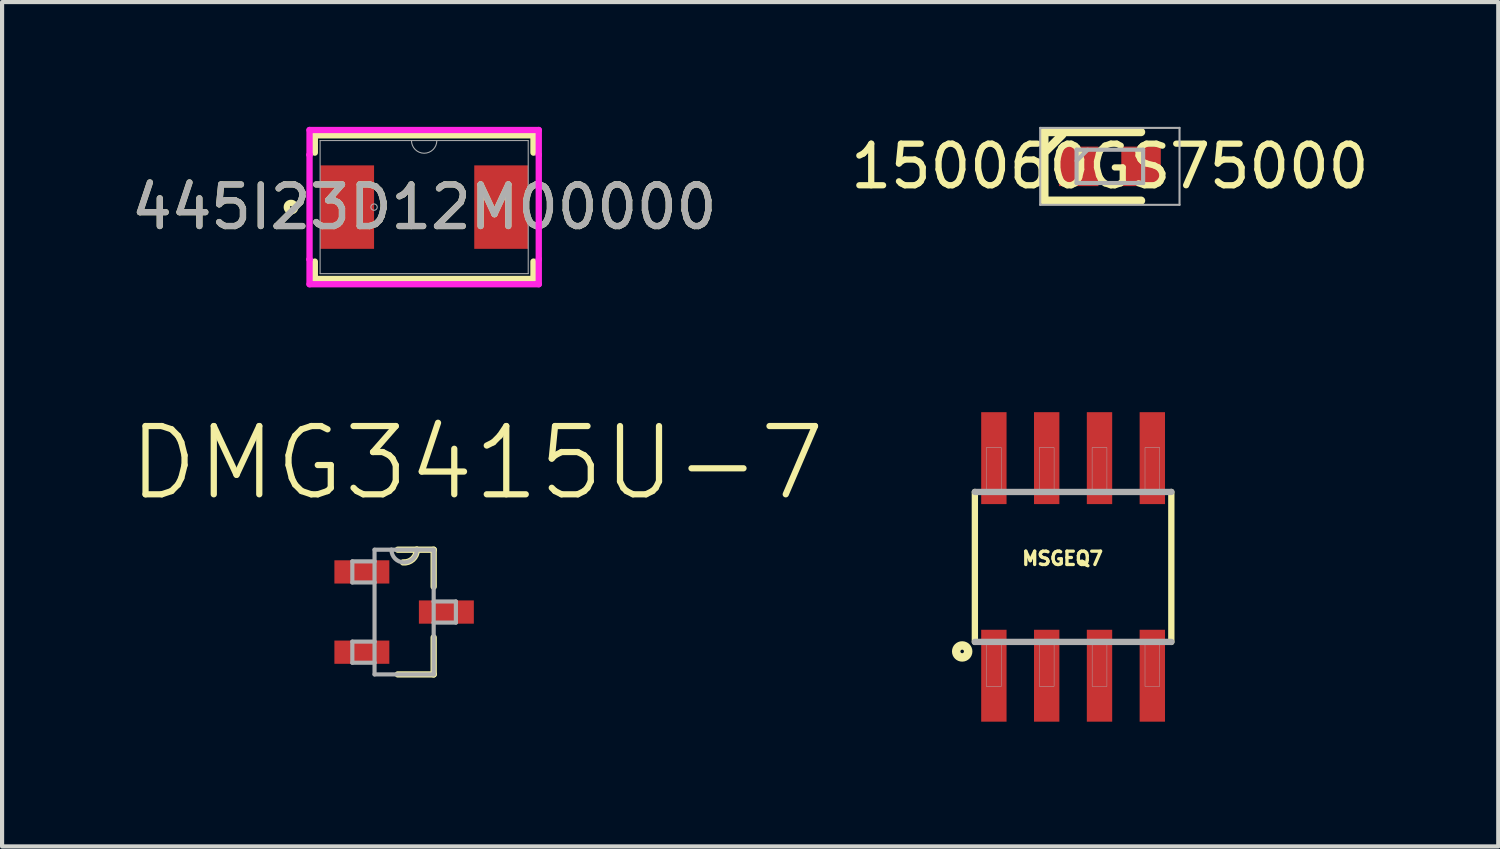
<source format=kicad_pcb>
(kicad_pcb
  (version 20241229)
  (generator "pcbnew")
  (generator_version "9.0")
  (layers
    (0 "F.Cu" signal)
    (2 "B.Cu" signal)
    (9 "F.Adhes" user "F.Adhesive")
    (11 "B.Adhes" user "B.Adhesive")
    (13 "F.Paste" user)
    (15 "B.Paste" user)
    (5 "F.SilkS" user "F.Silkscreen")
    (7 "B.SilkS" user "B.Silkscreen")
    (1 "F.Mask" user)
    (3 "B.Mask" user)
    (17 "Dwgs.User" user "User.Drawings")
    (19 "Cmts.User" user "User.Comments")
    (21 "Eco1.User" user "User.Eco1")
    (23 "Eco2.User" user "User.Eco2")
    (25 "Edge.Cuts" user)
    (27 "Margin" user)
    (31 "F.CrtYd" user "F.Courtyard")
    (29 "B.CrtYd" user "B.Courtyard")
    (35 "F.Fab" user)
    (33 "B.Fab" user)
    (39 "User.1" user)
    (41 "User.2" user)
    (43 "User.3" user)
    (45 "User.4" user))
  (footprint "DMG3415U-7"
    (layer "F.Cu")
    (at 6.667 11.667)
    (property "Reference" "DMG3415U-7" (at 1.753 -3.583 0) (layer "F.SilkS") (effects (font (size 1.641 1.641) (thickness 0.15))))
    (attr smd)
    (fp_line (start -0.152 1.499) (end 0.711 1.499) (stroke (width 0.152) (type solid)) (layer "F.SilkS"))
    (fp_line (start 0.305 -1.499) (end -0.152 -1.499) (stroke (width 0.152) (type solid)) (layer "F.SilkS"))
    (fp_line (start 0.711 -1.499) (end 0.305 -1.499) (stroke (width 0.152) (type solid)) (layer "F.SilkS"))
    (fp_line (start 0.711 -0.61) (end 0.711 -1.499) (stroke (width 0.152) (type solid)) (layer "F.SilkS"))
    (fp_line (start 0.711 1.499) (end 0.711 0.61) (stroke (width 0.152) (type solid)) (layer "F.SilkS"))
    (fp_arc (start 0.3048 -1.4986) (mid 0.206758 -1.273554) (end -0.0254 -1.1938) (stroke (width 0.1524) (type solid)) (layer "F.SilkS"))
    (fp_line (start -1.245 -1.219) (end -1.245 -0.711) (stroke (width 0.1) (type solid)) (layer "F.Fab"))
    (fp_line (start -1.245 -0.711) (end -0.711 -0.711) (stroke (width 0.1) (type solid)) (layer "F.Fab"))
    (fp_line (start -1.245 0.711) (end -1.245 1.219) (stroke (width 0.1) (type solid)) (layer "F.Fab"))
    (fp_line (start -1.245 1.219) (end -0.711 1.219) (stroke (width 0.1) (type solid)) (layer "F.Fab"))
    (fp_line (start -0.711 -1.499) (end -0.711 -1.219) (stroke (width 0.1) (type solid)) (layer "F.Fab"))
    (fp_line (start -0.711 -1.219) (end -1.245 -1.219) (stroke (width 0.1) (type solid)) (layer "F.Fab"))
    (fp_line (start -0.711 -1.219) (end -0.711 -0.711) (stroke (width 0.1) (type solid)) (layer "F.Fab"))
    (fp_line (start -0.711 -0.711) (end -0.711 0.711) (stroke (width 0.1) (type solid)) (layer "F.Fab"))
    (fp_line (start -0.711 0.711) (end -1.245 0.711) (stroke (width 0.1) (type solid)) (layer "F.Fab"))
    (fp_line (start -0.711 1.219) (end -0.711 0.711) (stroke (width 0.1) (type solid)) (layer "F.Fab"))
    (fp_line (start -0.711 1.499) (end -0.711 1.219) (stroke (width 0.1) (type solid)) (layer "F.Fab"))
    (fp_line (start -0.711 1.499) (end 0.711 1.499) (stroke (width 0.1) (type solid)) (layer "F.Fab"))
    (fp_line (start -0.305 -1.499) (end -0.711 -1.499) (stroke (width 0.1) (type solid)) (layer "F.Fab"))
    (fp_line (start 0.305 -1.499) (end -0.305 -1.499) (stroke (width 0.1) (type solid)) (layer "F.Fab"))
    (fp_line (start 0.711 -1.499) (end 0.305 -1.499) (stroke (width 0.1) (type solid)) (layer "F.Fab"))
    (fp_line (start 0.711 -0.254) (end 0.711 -1.499) (stroke (width 0.1) (type solid)) (layer "F.Fab"))
    (fp_line (start 0.711 0.254) (end 0.711 -0.254) (stroke (width 0.1) (type solid)) (layer "F.Fab"))
    (fp_line (start 0.711 0.254) (end 1.245 0.254) (stroke (width 0.1) (type solid)) (layer "F.Fab"))
    (fp_line (start 0.711 1.499) (end 0.711 0.254) (stroke (width 0.1) (type solid)) (layer "F.Fab"))
    (fp_line (start 1.245 -0.254) (end 0.711 -0.254) (stroke (width 0.1) (type solid)) (layer "F.Fab"))
    (fp_line (start 1.245 0.254) (end 1.245 -0.254) (stroke (width 0.1) (type solid)) (layer "F.Fab"))
    (fp_arc (start 0.3048 -1.4986) (mid 0 -1.1938) (end -0.3048 -1.4986) (stroke (width 0.1) (type solid)) (layer "F.Fab"))
    (pad "1" smd rect (at -1.016 -0.965) (size 1.321 0.559) (layers "F.Cu" "F.Mask" "F.Paste"))
    (pad "2" smd rect (at -1.016 0.965) (size 1.321 0.559) (layers "F.Cu" "F.Mask" "F.Paste"))
    (pad "3" smd rect (at 1.016 0) (size 1.321 0.559) (layers "F.Cu" "F.Mask" "F.Paste")))
  (footprint "445I23D12M00000"
    (layer "F.Cu")
    (at 7.149 1.93)
    (property "Reference" "445I23D12M00000" (at 0 0 0) (unlocked yes) (layer "F.SilkS") (effects (font (size 1 1) (thickness 0.15))))
    (attr smd)
    (fp_line (start -2.629 -1.727) (end -2.629 -1.31) (stroke (width 0.152) (type solid)) (layer "F.SilkS"))
    (fp_line (start -2.629 1.31) (end -2.629 1.727) (stroke (width 0.152) (type solid)) (layer "F.SilkS"))
    (fp_line (start -2.629 1.727) (end 2.629 1.727) (stroke (width 0.152) (type solid)) (layer "F.SilkS"))
    (fp_line (start 2.629 -1.727) (end -2.629 -1.727) (stroke (width 0.152) (type solid)) (layer "F.SilkS"))
    (fp_line (start 2.629 -1.31) (end 2.629 -1.727) (stroke (width 0.152) (type solid)) (layer "F.SilkS"))
    (fp_line (start 2.629 1.727) (end 2.629 1.31) (stroke (width 0.152) (type solid)) (layer "F.SilkS"))
    (fp_circle (center -3.201 0) (end -3.099 0) (stroke (width 0.152) (type solid)) (fill no) (layer "F.SilkS"))
    (fp_line (start -2.756 -1.854) (end 2.756 -1.854) (stroke (width 0.152) (type solid)) (layer "F.CrtYd"))
    (fp_line (start -2.756 -1.257) (end -2.756 -1.854) (stroke (width 0.152) (type solid)) (layer "F.CrtYd"))
    (fp_line (start -2.756 -1.257) (end -2.756 -1.257) (stroke (width 0.152) (type solid)) (layer "F.CrtYd"))
    (fp_line (start -2.756 1.257) (end -2.756 -1.257) (stroke (width 0.152) (type solid)) (layer "F.CrtYd"))
    (fp_line (start -2.756 1.257) (end -2.756 1.257) (stroke (width 0.152) (type solid)) (layer "F.CrtYd"))
    (fp_line (start -2.756 1.854) (end -2.756 1.257) (stroke (width 0.152) (type solid)) (layer "F.CrtYd"))
    (fp_line (start 2.756 -1.854) (end 2.756 -1.257) (stroke (width 0.152) (type solid)) (layer "F.CrtYd"))
    (fp_line (start 2.756 -1.257) (end 2.756 -1.257) (stroke (width 0.152) (type solid)) (layer "F.CrtYd"))
    (fp_line (start 2.756 -1.257) (end 2.756 1.257) (stroke (width 0.152) (type solid)) (layer "F.CrtYd"))
    (fp_line (start 2.756 1.257) (end 2.756 1.257) (stroke (width 0.152) (type solid)) (layer "F.CrtYd"))
    (fp_line (start 2.756 1.257) (end 2.756 1.854) (stroke (width 0.152) (type solid)) (layer "F.CrtYd"))
    (fp_line (start 2.756 1.854) (end -2.756 1.854) (stroke (width 0.152) (type solid)) (layer "F.CrtYd"))
    (fp_line (start -2.502 -1.6) (end -2.502 1.6) (stroke (width 0.025) (type solid)) (layer "F.Fab"))
    (fp_line (start -2.502 1.6) (end 2.502 1.6) (stroke (width 0.025) (type solid)) (layer "F.Fab"))
    (fp_line (start 2.502 -1.6) (end -2.502 -1.6) (stroke (width 0.025) (type solid)) (layer "F.Fab"))
    (fp_line (start 2.502 1.6) (end 2.502 -1.6) (stroke (width 0.025) (type solid)) (layer "F.Fab"))
    (fp_arc (start 0.3048 -1.6002) (mid 0 -1.2954) (end -0.3048 -1.6002) (stroke (width 0.0254) (type solid)) (layer "F.Fab"))
    (fp_circle (center -1.205 0) (end -1.128 0) (stroke (width 0.025) (type solid)) (fill no) (layer "F.Fab"))
    (fp_text user "${REFERENCE}" (at 0 0 0) (unlocked yes) (layer "F.Fab") (effects (font (size 1 1) (thickness 0.15))))
    (pad "1" smd rect (at -1.852 0) (size 1.295 2.007) (layers "F.Cu" "F.Mask" "F.Paste"))
    (pad "2" smd rect (at 1.852 0) (size 1.295 2.007) (layers "F.Cu" "F.Mask" "F.Paste")))
  (footprint "150060GS75000"
    (layer "F.Cu")
    (at 23.637 0.95)
    (property "Reference" "150060GS75000" (at 0 0 0) (layer "F.SilkS") (effects (font (size 1 1) (thickness 0.15))))
    (attr smd)
    (fp_line (start -1.575 -0.825) (end -1.575 0.825) (stroke (width 0.2) (type solid)) (layer "F.SilkS"))
    (fp_line (start -1.575 0.825) (end 0.75 0.825) (stroke (width 0.2) (type solid)) (layer "F.SilkS"))
    (fp_line (start -1.524 -0.381) (end -1.143 -0.762) (stroke (width 0.2) (type solid)) (layer "F.SilkS"))
    (fp_line (start 0.75 -0.825) (end -1.575 -0.825) (stroke (width 0.2) (type solid)) (layer "F.SilkS"))
    (fp_line (start -1.675 -0.925) (end 1.675 -0.925) (stroke (width 0.05) (type solid)) (layer "F.Fab"))
    (fp_line (start -1.675 0.925) (end -1.675 -0.925) (stroke (width 0.05) (type solid)) (layer "F.Fab"))
    (fp_line (start -0.8 -0.4) (end 0.8 -0.4) (stroke (width 0.1) (type solid)) (layer "F.Fab"))
    (fp_line (start -0.8 -0.133) (end -0.533 -0.4) (stroke (width 0.1) (type solid)) (layer "F.Fab"))
    (fp_line (start -0.8 0.4) (end -0.8 -0.4) (stroke (width 0.1) (type solid)) (layer "F.Fab"))
    (fp_line (start 0.8 -0.4) (end 0.8 0.4) (stroke (width 0.1) (type solid)) (layer "F.Fab"))
    (fp_line (start 0.8 0.4) (end -0.8 0.4) (stroke (width 0.1) (type solid)) (layer "F.Fab"))
    (fp_line (start 1.675 -0.925) (end 1.675 0.925) (stroke (width 0.05) (type solid)) (layer "F.Fab"))
    (fp_line (start 1.675 0.925) (end -1.675 0.925) (stroke (width 0.05) (type solid)) (layer "F.Fab"))
    (pad "1" smd rect (at -0.75 0) (size 0.95 0.95) (layers "F.Cu" "F.Mask" "F.Paste"))
    (pad "2" smd rect (at 0.75 0) (size 0.95 0.95) (layers "F.Cu" "F.Mask" "F.Paste")))
  (footprint "MSGEQ7"
    (layer "F.Cu")
    (at 22.753 10.582)
    (property "Reference" "MSGEQ7" (at -0.254 -0.203 0) (layer "F.SilkS") (effects (font (size 0.32 0.32) (thickness 0.15))))
    (attr smd)
    (fp_line (start -2.362 -1.803) (end -2.362 1.803) (stroke (width 0.152) (type solid)) (layer "F.SilkS"))
    (fp_line (start 2.362 1.803) (end 2.362 -1.803) (stroke (width 0.152) (type solid)) (layer "F.SilkS"))
    (fp_circle (center -2.667 2.032) (end -2.523 2.032) (stroke (width 0.203) (type solid)) (fill no) (layer "F.SilkS"))
    (fp_line (start -2.362 1.803) (end 2.362 1.803) (stroke (width 0.152) (type solid)) (layer "F.Fab"))
    (fp_line (start 2.362 -1.803) (end -2.362 -1.803) (stroke (width 0.152) (type solid)) (layer "F.Fab"))
    (fp_poly (pts (xy -2.087 -2.87) (xy -1.727 -2.87) (xy -1.727 -1.858) (xy -2.087 -1.858)) (stroke (width 0.01) (type solid)) (fill no) (layer "F.Fab"))
    (fp_poly (pts (xy -2.086 1.854) (xy -1.727 1.854) (xy -1.727 2.875) (xy -2.086 2.875)) (stroke (width 0.01) (type solid)) (fill no) (layer "F.Fab"))
    (fp_poly (pts (xy -0.813 1.854) (xy -0.457 1.854) (xy -0.457 2.872) (xy -0.813 2.872)) (stroke (width 0.01) (type solid)) (fill no) (layer "F.Fab"))
    (fp_poly (pts (xy -0.813 -2.87) (xy -0.457 -2.87) (xy -0.457 -1.854) (xy -0.813 -1.854)) (stroke (width 0.01) (type solid)) (fill no) (layer "F.Fab"))
    (fp_poly (pts (xy 0.457 -2.87) (xy 0.813 -2.87) (xy 0.813 -1.855) (xy 0.457 -1.855)) (stroke (width 0.01) (type solid)) (fill no) (layer "F.Fab"))
    (fp_poly (pts (xy 0.458 1.854) (xy 0.813 1.854) (xy 0.813 2.874) (xy 0.458 2.874)) (stroke (width 0.01) (type solid)) (fill no) (layer "F.Fab"))
    (fp_poly (pts (xy 1.729 -2.87) (xy 2.083 -2.87) (xy 2.083 -1.856) (xy 1.729 -1.856)) (stroke (width 0.01) (type solid)) (fill no) (layer "F.Fab"))
    (fp_poly (pts (xy 1.729 1.854) (xy 2.083 1.854) (xy 2.083 2.873) (xy 1.729 2.873)) (stroke (width 0.01) (type solid)) (fill no) (layer "F.Fab"))
    (pad "1" smd rect (at -1.905 2.616) (size 0.61 2.21) (layers "F.Cu" "F.Mask" "F.Paste"))
    (pad "2" smd rect (at -0.635 2.616) (size 0.61 2.21) (layers "F.Cu" "F.Mask" "F.Paste"))
    (pad "3" smd rect (at 0.635 2.616) (size 0.61 2.21) (layers "F.Cu" "F.Mask" "F.Paste"))
    (pad "4" smd rect (at 1.905 2.616) (size 0.61 2.21) (layers "F.Cu" "F.Mask" "F.Paste"))
    (pad "5" smd rect (at 1.905 -2.616) (size 0.61 2.21) (layers "F.Cu" "F.Mask" "F.Paste"))
    (pad "6" smd rect (at 0.635 -2.616) (size 0.61 2.21) (layers "F.Cu" "F.Mask" "F.Paste"))
    (pad "7" smd rect (at -0.635 -2.616) (size 0.61 2.21) (layers "F.Cu" "F.Mask" "F.Paste"))
    (pad "8" smd rect (at -1.905 -2.616) (size 0.61 2.21) (layers "F.Cu" "F.Mask" "F.Paste")))
  (gr_rect
    (start -3 -3)
    (end 32.976 17.303)
    (stroke (width 0.1) (type default))
    (fill no)
    (layer "Edge.Cuts")))
</source>
